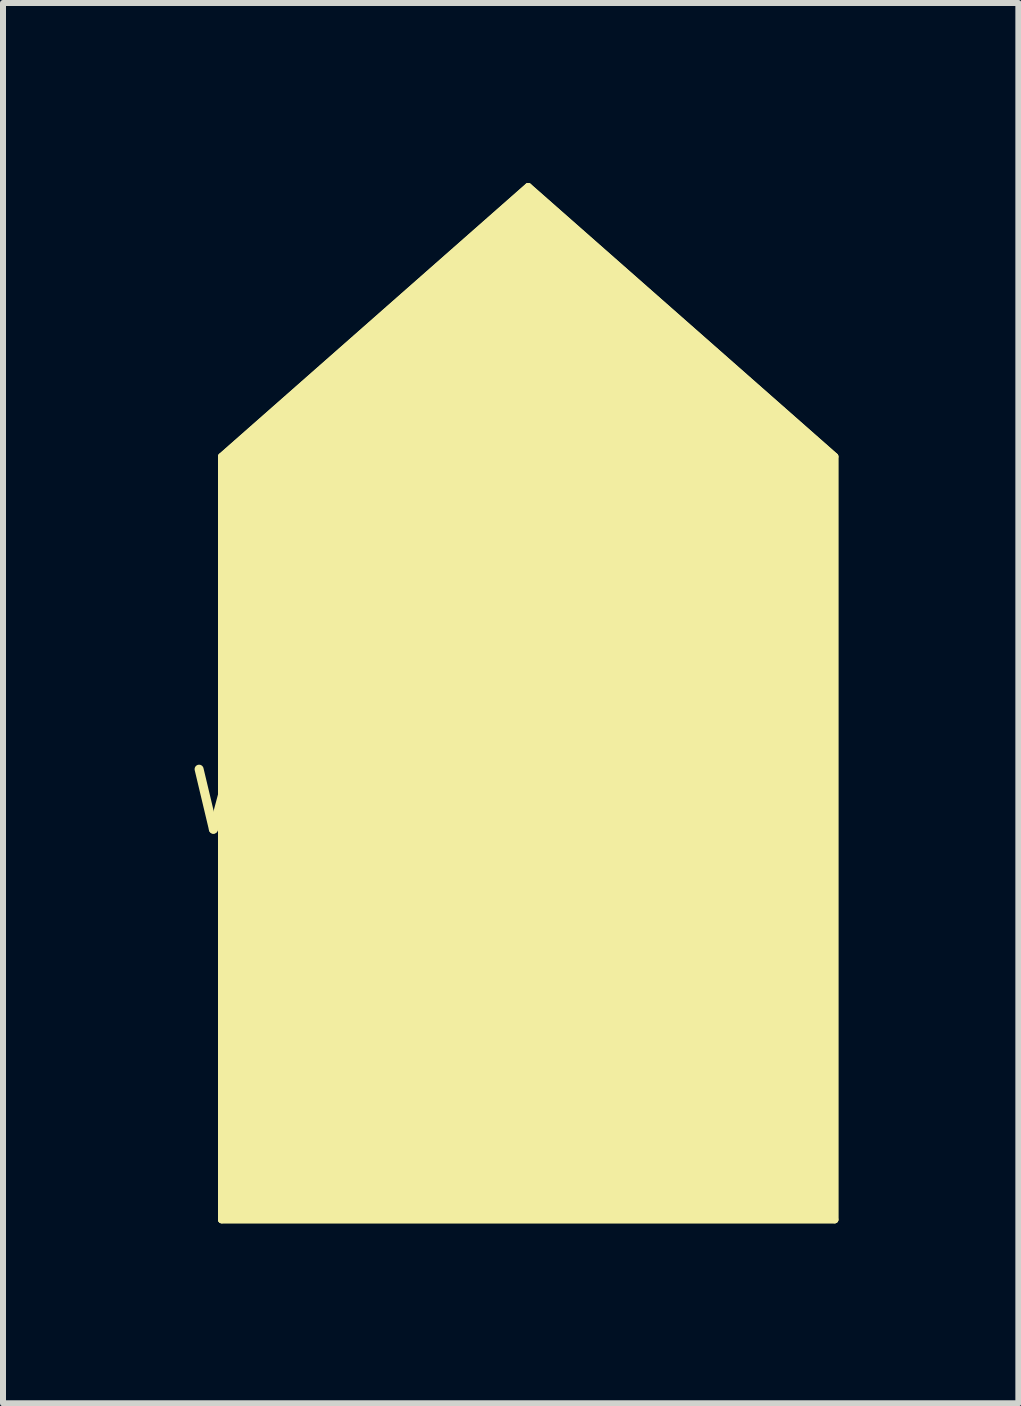
<source format=kicad_pcb>
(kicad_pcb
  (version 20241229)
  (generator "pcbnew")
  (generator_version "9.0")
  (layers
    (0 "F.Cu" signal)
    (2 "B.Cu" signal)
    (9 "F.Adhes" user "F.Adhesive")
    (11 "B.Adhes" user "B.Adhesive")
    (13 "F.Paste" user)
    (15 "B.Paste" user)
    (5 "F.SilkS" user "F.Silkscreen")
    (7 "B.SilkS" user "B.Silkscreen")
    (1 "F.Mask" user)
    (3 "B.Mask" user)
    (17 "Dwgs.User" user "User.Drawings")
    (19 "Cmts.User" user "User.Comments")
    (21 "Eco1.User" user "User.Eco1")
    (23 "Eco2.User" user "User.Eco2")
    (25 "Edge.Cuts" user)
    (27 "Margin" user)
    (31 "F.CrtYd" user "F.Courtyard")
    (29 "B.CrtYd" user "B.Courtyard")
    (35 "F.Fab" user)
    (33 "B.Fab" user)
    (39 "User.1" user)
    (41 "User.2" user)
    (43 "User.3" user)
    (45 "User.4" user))
  (footprint "White_Key_fill"
    (layer "F.Cu")
    (at 5.754 12.17)
    (property "Reference" "White_Key_fill" (at -0.533 -1.854 0) (unlocked yes) (layer "F.SilkS") (effects (font (size 1 1) (thickness 0.15))))
    (attr smd)
    (fp_line (start -5.11 -7.61) (end 0 -12.11) (stroke (width 0.12) (type default)) (layer "F.SilkS"))
    (fp_line (start -5.11 5.11) (end -5.11 -7.61) (stroke (width 0.12) (type default)) (layer "F.SilkS"))
    (fp_line (start 0 -12.11) (end 5.11 -7.61) (stroke (width 0.12) (type default)) (layer "F.SilkS"))
    (fp_line (start 5.11 -7.61) (end 5.11 5.11) (stroke (width 0.12) (type default)) (layer "F.SilkS"))
    (fp_line (start 5.11 5.11) (end -5.11 5.11) (stroke (width 0.12) (type default)) (layer "F.SilkS"))
    (fp_poly (pts (xy -5.11 5.11) (xy -5.11 -7.61) (xy 0 -12.11) (xy 5.11 -7.61) (xy 5.11 5.11)) (stroke (width 0.12) (type solid)) (fill yes) (layer "F.SilkS"))
    (pad "1" smd custom (at 0 0) (size 2.286 1.524) (layers "F.Cu") (options (anchor rect)) (primitives (gr_poly (pts (xy -0.076 -11.608) (xy -4.75 -7.315) (xy -4.775 4.724) (xy 4.775 4.775) (xy 4.775 -7.391)) (width 0.12) (fill yes)))))
  (gr_rect
    (start -3 -3)
    (end 13.924 20.34)
    (stroke (width 0.1) (type default))
    (fill no)
    (layer "Edge.Cuts")))
</source>
